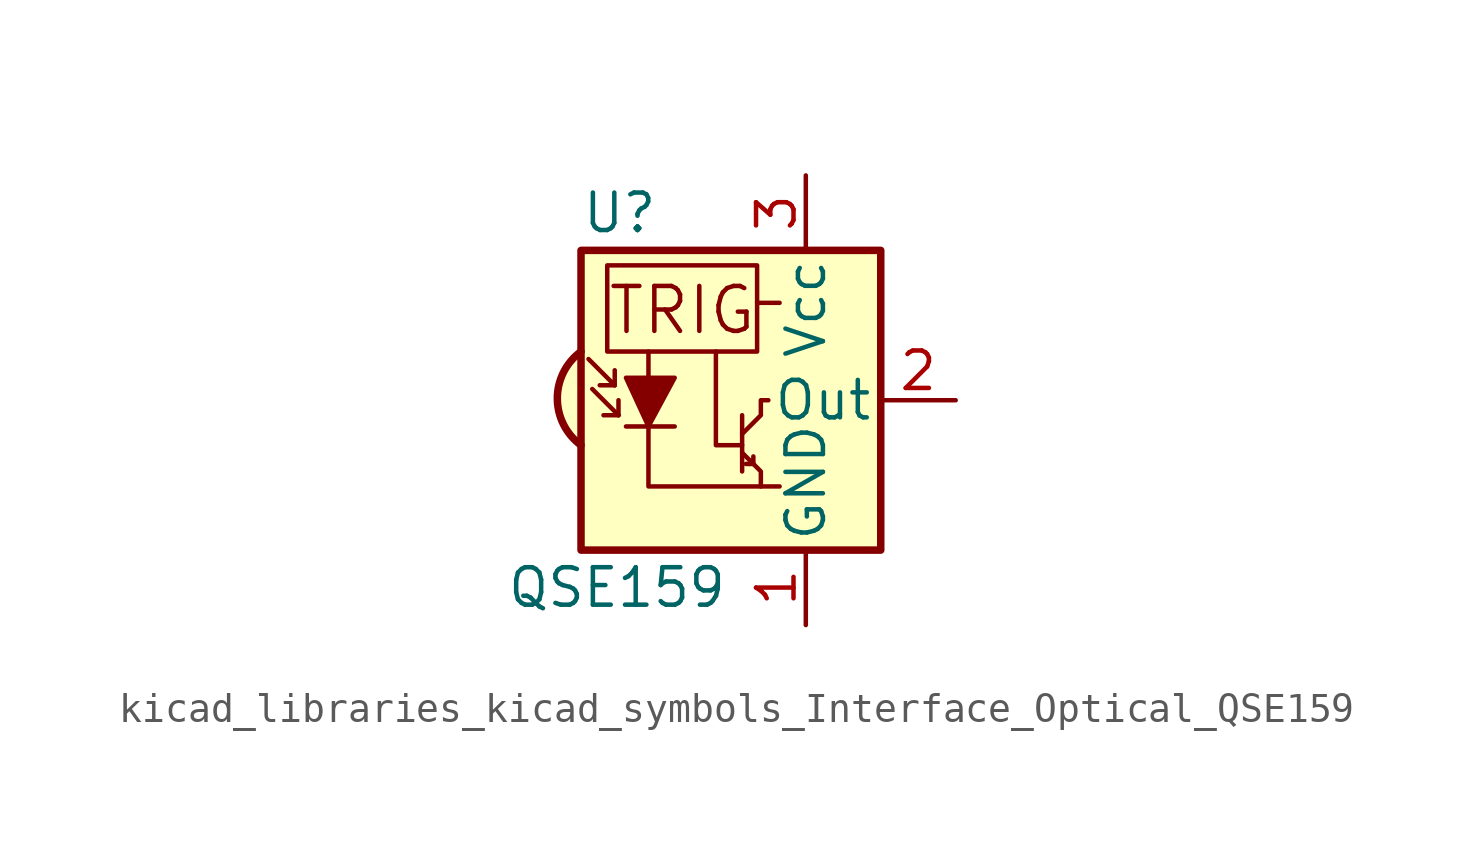
<source format=kicad_sym>
(kicad_symbol_lib
  (version 20220914)
  (generator kicad_symbol_editor)
  (symbol "kicad_libraries_kicad_symbols_Interface_Optical_QSE159"
    (pin_names
      (offset 0.254))
    (property "Reference" "U"
      (at -5.08 6.35 0)
      (effects (font (size 1.27 1.27)) (justify left)))
    (property "Value" "QSE159"
      (at -7.62 -6.35 0)
      (effects (font (size 1.27 1.27)) (justify left)))
    (symbol "kicad_libraries_kicad_symbols_Interface_Optical_QSE159_0_0"
      (arc (start -5.08 1.651) (mid -5.8829 0.0688) (end -5.08 -1.524) (stroke (width 0.254) (type default)) (fill (type background)))
      (polyline (pts (xy 0.889 3.302) (xy 1.651 3.302)) (stroke (width 0) (type default)) (fill (type none)))
      (polyline (pts (xy 0.381 -1.778) (xy 1.016 -2.413) (xy 1.016 -2.921)) (stroke (width 0) (type default)) (fill (type none)))
      (polyline (pts (xy 0.381 -1.524) (xy -0.508 -1.524) (xy -0.508 1.651)) (stroke (width 0) (type default)) (fill (type none)))
      (polyline (pts (xy 1.651 -2.921) (xy -2.794 -2.921) (xy -2.794 1.651)) (stroke (width 0) (type default)) (fill (type none)))
      (polyline (pts (xy 0.381 -1.143) (xy 1.016 -0.508) (xy 1.016 0) (xy 1.27 0)) (stroke (width 0) (type default)) (fill (type none)))
      (rectangle (start 0.889 4.572) (end -4.191 1.651) (stroke (width 0) (type default)) (fill (type none)))
      (rectangle (start 5.08 5.08) (end -5.08 -5.08) (stroke (width 0.254) (type default)) (fill (type background)))
      (text "TRIG" (at -1.651 3.048 0) (effects (font (size 1.524 1.524)))))
    (symbol "kicad_libraries_kicad_symbols_Interface_Optical_QSE159_0_1"
      (polyline (pts (xy -3.937 0.508) (xy -4.826 1.397)) (stroke (width 0) (type default)) (fill (type none)))
      (polyline (pts (xy -3.937 0.508) (xy -4.445 0.508)) (stroke (width 0) (type default)) (fill (type none)))
      (polyline (pts (xy -3.937 0.508) (xy -3.937 1.016)) (stroke (width 0) (type default)) (fill (type none)))
      (polyline (pts (xy -3.81 -0.508) (xy -4.699 0.381)) (stroke (width 0) (type default)) (fill (type none)))
      (polyline (pts (xy -3.81 -0.508) (xy -4.318 -0.508)) (stroke (width 0) (type default)) (fill (type none)))
      (polyline (pts (xy -3.81 -0.508) (xy -3.81 0)) (stroke (width 0) (type default)) (fill (type none)))
      (polyline (pts (xy -3.556 -0.889) (xy -1.905 -0.889)) (stroke (width 0) (type default)) (fill (type none)))
      (polyline (pts (xy 0.381 -0.508) (xy 0.381 -2.413)) (stroke (width 0) (type default)) (fill (type none)))
      (polyline (pts (xy 0.508 -2.159) (xy 0.635 -2.159)) (stroke (width 0) (type default)) (fill (type none)))
      (polyline (pts (xy 0.762 -2.159) (xy 0.635 -2.159)) (stroke (width 0) (type default)) (fill (type none)))
      (polyline (pts (xy 0.762 -2.159) (xy 0.762 -1.905)) (stroke (width 0) (type default)) (fill (type none)))
      (polyline (pts (xy -3.556 0.762) (xy -1.905 0.762) (xy -2.794 -0.889) (xy -3.556 0.762)) (stroke (width 0) (type default)) (fill (type outline))))
    (symbol "kicad_libraries_kicad_symbols_Interface_Optical_QSE159_1_1"
      (pin power_in line (at 2.54 -7.62 90) (length 2.54) (name "GND" (effects (font (size 1.27 1.27)))) (number "1" (effects (font (size 1.27 1.27)))))
      (pin output line (at 7.62 0 180) (length 2.54) (name "Out" (effects (font (size 1.27 1.27)))) (number "2" (effects (font (size 1.27 1.27)))))
      (pin power_in line (at 2.54 7.62 270) (length 2.54) (name "Vcc" (effects (font (size 1.27 1.27)))) (number "3" (effects (font (size 1.27 1.27))))))))
</source>
